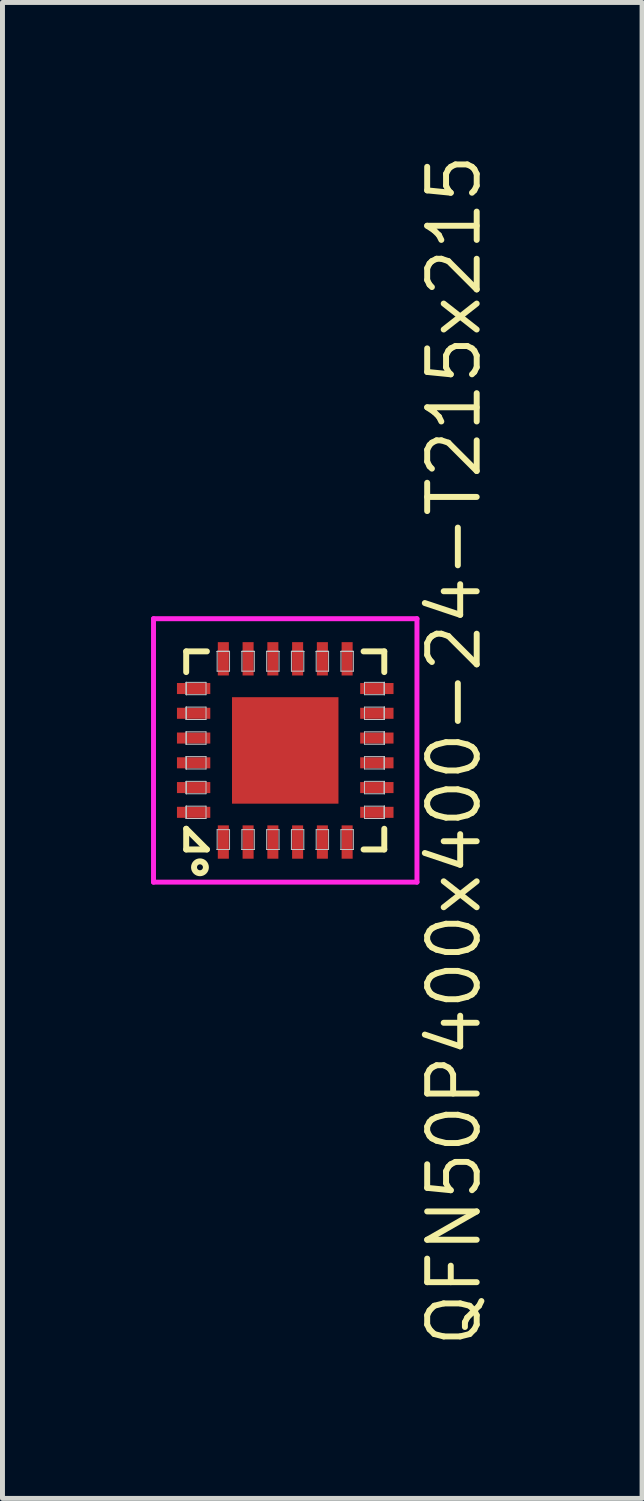
<source format=kicad_pcb>
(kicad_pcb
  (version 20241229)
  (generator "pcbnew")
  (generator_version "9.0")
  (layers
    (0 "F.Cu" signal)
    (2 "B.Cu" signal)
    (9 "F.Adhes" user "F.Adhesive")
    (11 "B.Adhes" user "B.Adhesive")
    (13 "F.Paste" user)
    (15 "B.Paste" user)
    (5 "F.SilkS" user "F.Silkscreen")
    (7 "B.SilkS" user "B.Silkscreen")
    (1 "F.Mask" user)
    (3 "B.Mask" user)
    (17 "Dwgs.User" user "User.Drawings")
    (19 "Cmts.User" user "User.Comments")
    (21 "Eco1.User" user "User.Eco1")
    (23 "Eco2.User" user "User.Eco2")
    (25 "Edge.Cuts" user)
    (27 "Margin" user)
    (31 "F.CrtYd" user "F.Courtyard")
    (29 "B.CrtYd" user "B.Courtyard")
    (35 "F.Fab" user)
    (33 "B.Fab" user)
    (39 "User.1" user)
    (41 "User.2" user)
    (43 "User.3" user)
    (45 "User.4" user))
  (footprint "QFN50P400x400-24-T215x215"
    (layer "F.Cu")
    (at 2.71 12.104)
    (property "Reference" "QFN50P400x400-24-T215x215" (at 3.41 0 90) (layer "F.SilkS") (effects (font (size 1 1) (thickness 0.12))))
    (attr through_hole)
    (fp_line (start -2 -2) (end -2 -1.582) (stroke (width 0.12) (type solid)) (layer "F.SilkS"))
    (fp_line (start -2 -2) (end -1.582 -2) (stroke (width 0.12) (type solid)) (layer "F.SilkS"))
    (fp_line (start -2 1.582) (end -1.582 2) (stroke (width 0.12) (type solid)) (layer "F.SilkS"))
    (fp_line (start -2 2) (end -2 1.582) (stroke (width 0.12) (type solid)) (layer "F.SilkS"))
    (fp_line (start -2 2) (end -1.582 2) (stroke (width 0.12) (type solid)) (layer "F.SilkS"))
    (fp_line (start 2 -2) (end 1.582 -2) (stroke (width 0.12) (type solid)) (layer "F.SilkS"))
    (fp_line (start 2 -2) (end 2 -1.582) (stroke (width 0.12) (type solid)) (layer "F.SilkS"))
    (fp_line (start 2 2) (end 1.582 2) (stroke (width 0.12) (type solid)) (layer "F.SilkS"))
    (fp_line (start 2 2) (end 2 1.582) (stroke (width 0.12) (type solid)) (layer "F.SilkS"))
    (fp_circle (center -1.722 2.36) (end -1.602 2.36) (stroke (width 0.12) (type solid)) (fill no) (layer "F.SilkS"))
    (fp_line (start -2 -1.375) (end -2 -1.375) (stroke (width 0.02) (type solid)) (layer "Dwgs.User"))
    (fp_line (start -2 -1.375) (end -2 -1.125) (stroke (width 0.02) (type solid)) (layer "Dwgs.User"))
    (fp_line (start -2 -1.375) (end -1.6 -1.375) (stroke (width 0.02) (type solid)) (layer "Dwgs.User"))
    (fp_line (start -2 -1.125) (end -2 -1.375) (stroke (width 0.02) (type solid)) (layer "Dwgs.User"))
    (fp_line (start -2 -1.125) (end -2 -1.375) (stroke (width 0.02) (type solid)) (layer "Dwgs.User"))
    (fp_line (start -2 -1.125) (end -2 -1.125) (stroke (width 0.02) (type solid)) (layer "Dwgs.User"))
    (fp_line (start -2 -0.875) (end -2 -0.875) (stroke (width 0.02) (type solid)) (layer "Dwgs.User"))
    (fp_line (start -2 -0.875) (end -2 -0.625) (stroke (width 0.02) (type solid)) (layer "Dwgs.User"))
    (fp_line (start -2 -0.875) (end -1.6 -0.875) (stroke (width 0.02) (type solid)) (layer "Dwgs.User"))
    (fp_line (start -2 -0.625) (end -2 -0.875) (stroke (width 0.02) (type solid)) (layer "Dwgs.User"))
    (fp_line (start -2 -0.625) (end -2 -0.875) (stroke (width 0.02) (type solid)) (layer "Dwgs.User"))
    (fp_line (start -2 -0.625) (end -2 -0.625) (stroke (width 0.02) (type solid)) (layer "Dwgs.User"))
    (fp_line (start -2 -0.375) (end -2 -0.375) (stroke (width 0.02) (type solid)) (layer "Dwgs.User"))
    (fp_line (start -2 -0.375) (end -2 -0.125) (stroke (width 0.02) (type solid)) (layer "Dwgs.User"))
    (fp_line (start -2 -0.375) (end -1.6 -0.375) (stroke (width 0.02) (type solid)) (layer "Dwgs.User"))
    (fp_line (start -2 -0.125) (end -2 -0.375) (stroke (width 0.02) (type solid)) (layer "Dwgs.User"))
    (fp_line (start -2 -0.125) (end -2 -0.375) (stroke (width 0.02) (type solid)) (layer "Dwgs.User"))
    (fp_line (start -2 -0.125) (end -2 -0.125) (stroke (width 0.02) (type solid)) (layer "Dwgs.User"))
    (fp_line (start -2 0.125) (end -2 0.125) (stroke (width 0.02) (type solid)) (layer "Dwgs.User"))
    (fp_line (start -2 0.125) (end -2 0.375) (stroke (width 0.02) (type solid)) (layer "Dwgs.User"))
    (fp_line (start -2 0.125) (end -1.6 0.125) (stroke (width 0.02) (type solid)) (layer "Dwgs.User"))
    (fp_line (start -2 0.375) (end -2 0.125) (stroke (width 0.02) (type solid)) (layer "Dwgs.User"))
    (fp_line (start -2 0.375) (end -2 0.125) (stroke (width 0.02) (type solid)) (layer "Dwgs.User"))
    (fp_line (start -2 0.375) (end -2 0.375) (stroke (width 0.02) (type solid)) (layer "Dwgs.User"))
    (fp_line (start -2 0.625) (end -2 0.625) (stroke (width 0.02) (type solid)) (layer "Dwgs.User"))
    (fp_line (start -2 0.625) (end -2 0.875) (stroke (width 0.02) (type solid)) (layer "Dwgs.User"))
    (fp_line (start -2 0.625) (end -1.6 0.625) (stroke (width 0.02) (type solid)) (layer "Dwgs.User"))
    (fp_line (start -2 0.875) (end -2 0.625) (stroke (width 0.02) (type solid)) (layer "Dwgs.User"))
    (fp_line (start -2 0.875) (end -2 0.625) (stroke (width 0.02) (type solid)) (layer "Dwgs.User"))
    (fp_line (start -2 0.875) (end -2 0.875) (stroke (width 0.02) (type solid)) (layer "Dwgs.User"))
    (fp_line (start -2 1.125) (end -2 1.125) (stroke (width 0.02) (type solid)) (layer "Dwgs.User"))
    (fp_line (start -2 1.125) (end -2 1.375) (stroke (width 0.02) (type solid)) (layer "Dwgs.User"))
    (fp_line (start -2 1.125) (end -1.6 1.125) (stroke (width 0.02) (type solid)) (layer "Dwgs.User"))
    (fp_line (start -2 1.375) (end -2 1.125) (stroke (width 0.02) (type solid)) (layer "Dwgs.User"))
    (fp_line (start -2 1.375) (end -2 1.125) (stroke (width 0.02) (type solid)) (layer "Dwgs.User"))
    (fp_line (start -2 1.375) (end -2 1.375) (stroke (width 0.02) (type solid)) (layer "Dwgs.User"))
    (fp_line (start -1.6 -1.375) (end -1.6 -1.125) (stroke (width 0.02) (type solid)) (layer "Dwgs.User"))
    (fp_line (start -1.6 -1.125) (end -2 -1.125) (stroke (width 0.02) (type solid)) (layer "Dwgs.User"))
    (fp_line (start -1.6 -0.875) (end -1.6 -0.625) (stroke (width 0.02) (type solid)) (layer "Dwgs.User"))
    (fp_line (start -1.6 -0.625) (end -2 -0.625) (stroke (width 0.02) (type solid)) (layer "Dwgs.User"))
    (fp_line (start -1.6 -0.375) (end -1.6 -0.125) (stroke (width 0.02) (type solid)) (layer "Dwgs.User"))
    (fp_line (start -1.6 -0.125) (end -2 -0.125) (stroke (width 0.02) (type solid)) (layer "Dwgs.User"))
    (fp_line (start -1.6 0.125) (end -1.6 0.375) (stroke (width 0.02) (type solid)) (layer "Dwgs.User"))
    (fp_line (start -1.6 0.375) (end -2 0.375) (stroke (width 0.02) (type solid)) (layer "Dwgs.User"))
    (fp_line (start -1.6 0.625) (end -1.6 0.875) (stroke (width 0.02) (type solid)) (layer "Dwgs.User"))
    (fp_line (start -1.6 0.875) (end -2 0.875) (stroke (width 0.02) (type solid)) (layer "Dwgs.User"))
    (fp_line (start -1.6 1.125) (end -1.6 1.375) (stroke (width 0.02) (type solid)) (layer "Dwgs.User"))
    (fp_line (start -1.6 1.375) (end -2 1.375) (stroke (width 0.02) (type solid)) (layer "Dwgs.User"))
    (fp_line (start -1.375 -2) (end -1.375 -2) (stroke (width 0.02) (type solid)) (layer "Dwgs.User"))
    (fp_line (start -1.375 -2) (end -1.125 -2) (stroke (width 0.02) (type solid)) (layer "Dwgs.User"))
    (fp_line (start -1.375 -2) (end -1.125 -2) (stroke (width 0.02) (type solid)) (layer "Dwgs.User"))
    (fp_line (start -1.375 -1.6) (end -1.375 -2) (stroke (width 0.02) (type solid)) (layer "Dwgs.User"))
    (fp_line (start -1.375 1.6) (end -1.375 2) (stroke (width 0.02) (type solid)) (layer "Dwgs.User"))
    (fp_line (start -1.375 2) (end -1.375 2) (stroke (width 0.02) (type solid)) (layer "Dwgs.User"))
    (fp_line (start -1.375 2) (end -1.125 2) (stroke (width 0.02) (type solid)) (layer "Dwgs.User"))
    (fp_line (start -1.375 2) (end -1.125 2) (stroke (width 0.02) (type solid)) (layer "Dwgs.User"))
    (fp_line (start -1.125 -2) (end -1.375 -2) (stroke (width 0.02) (type solid)) (layer "Dwgs.User"))
    (fp_line (start -1.125 -2) (end -1.125 -2) (stroke (width 0.02) (type solid)) (layer "Dwgs.User"))
    (fp_line (start -1.125 -2) (end -1.125 -1.6) (stroke (width 0.02) (type solid)) (layer "Dwgs.User"))
    (fp_line (start -1.125 -1.6) (end -1.375 -1.6) (stroke (width 0.02) (type solid)) (layer "Dwgs.User"))
    (fp_line (start -1.125 1.6) (end -1.375 1.6) (stroke (width 0.02) (type solid)) (layer "Dwgs.User"))
    (fp_line (start -1.125 2) (end -1.375 2) (stroke (width 0.02) (type solid)) (layer "Dwgs.User"))
    (fp_line (start -1.125 2) (end -1.125 1.6) (stroke (width 0.02) (type solid)) (layer "Dwgs.User"))
    (fp_line (start -1.125 2) (end -1.125 2) (stroke (width 0.02) (type solid)) (layer "Dwgs.User"))
    (fp_line (start -0.875 -2) (end -0.875 -2) (stroke (width 0.02) (type solid)) (layer "Dwgs.User"))
    (fp_line (start -0.875 -2) (end -0.625 -2) (stroke (width 0.02) (type solid)) (layer "Dwgs.User"))
    (fp_line (start -0.875 -2) (end -0.625 -2) (stroke (width 0.02) (type solid)) (layer "Dwgs.User"))
    (fp_line (start -0.875 -1.6) (end -0.875 -2) (stroke (width 0.02) (type solid)) (layer "Dwgs.User"))
    (fp_line (start -0.875 1.6) (end -0.875 2) (stroke (width 0.02) (type solid)) (layer "Dwgs.User"))
    (fp_line (start -0.875 2) (end -0.875 2) (stroke (width 0.02) (type solid)) (layer "Dwgs.User"))
    (fp_line (start -0.875 2) (end -0.625 2) (stroke (width 0.02) (type solid)) (layer "Dwgs.User"))
    (fp_line (start -0.875 2) (end -0.625 2) (stroke (width 0.02) (type solid)) (layer "Dwgs.User"))
    (fp_line (start -0.625 -2) (end -0.875 -2) (stroke (width 0.02) (type solid)) (layer "Dwgs.User"))
    (fp_line (start -0.625 -2) (end -0.625 -2) (stroke (width 0.02) (type solid)) (layer "Dwgs.User"))
    (fp_line (start -0.625 -2) (end -0.625 -1.6) (stroke (width 0.02) (type solid)) (layer "Dwgs.User"))
    (fp_line (start -0.625 -1.6) (end -0.875 -1.6) (stroke (width 0.02) (type solid)) (layer "Dwgs.User"))
    (fp_line (start -0.625 1.6) (end -0.875 1.6) (stroke (width 0.02) (type solid)) (layer "Dwgs.User"))
    (fp_line (start -0.625 2) (end -0.875 2) (stroke (width 0.02) (type solid)) (layer "Dwgs.User"))
    (fp_line (start -0.625 2) (end -0.625 1.6) (stroke (width 0.02) (type solid)) (layer "Dwgs.User"))
    (fp_line (start -0.625 2) (end -0.625 2) (stroke (width 0.02) (type solid)) (layer "Dwgs.User"))
    (fp_line (start -0.375 -2) (end -0.375 -2) (stroke (width 0.02) (type solid)) (layer "Dwgs.User"))
    (fp_line (start -0.375 -2) (end -0.125 -2) (stroke (width 0.02) (type solid)) (layer "Dwgs.User"))
    (fp_line (start -0.375 -2) (end -0.125 -2) (stroke (width 0.02) (type solid)) (layer "Dwgs.User"))
    (fp_line (start -0.375 -1.6) (end -0.375 -2) (stroke (width 0.02) (type solid)) (layer "Dwgs.User"))
    (fp_line (start -0.375 1.6) (end -0.375 2) (stroke (width 0.02) (type solid)) (layer "Dwgs.User"))
    (fp_line (start -0.375 2) (end -0.375 2) (stroke (width 0.02) (type solid)) (layer "Dwgs.User"))
    (fp_line (start -0.375 2) (end -0.125 2) (stroke (width 0.02) (type solid)) (layer "Dwgs.User"))
    (fp_line (start -0.375 2) (end -0.125 2) (stroke (width 0.02) (type solid)) (layer "Dwgs.User"))
    (fp_line (start -0.125 -2) (end -0.375 -2) (stroke (width 0.02) (type solid)) (layer "Dwgs.User"))
    (fp_line (start -0.125 -2) (end -0.125 -2) (stroke (width 0.02) (type solid)) (layer "Dwgs.User"))
    (fp_line (start -0.125 -2) (end -0.125 -1.6) (stroke (width 0.02) (type solid)) (layer "Dwgs.User"))
    (fp_line (start -0.125 -1.6) (end -0.375 -1.6) (stroke (width 0.02) (type solid)) (layer "Dwgs.User"))
    (fp_line (start -0.125 1.6) (end -0.375 1.6) (stroke (width 0.02) (type solid)) (layer "Dwgs.User"))
    (fp_line (start -0.125 2) (end -0.375 2) (stroke (width 0.02) (type solid)) (layer "Dwgs.User"))
    (fp_line (start -0.125 2) (end -0.125 1.6) (stroke (width 0.02) (type solid)) (layer "Dwgs.User"))
    (fp_line (start -0.125 2) (end -0.125 2) (stroke (width 0.02) (type solid)) (layer "Dwgs.User"))
    (fp_line (start 0.125 -2) (end 0.125 -2) (stroke (width 0.02) (type solid)) (layer "Dwgs.User"))
    (fp_line (start 0.125 -2) (end 0.375 -2) (stroke (width 0.02) (type solid)) (layer "Dwgs.User"))
    (fp_line (start 0.125 -2) (end 0.375 -2) (stroke (width 0.02) (type solid)) (layer "Dwgs.User"))
    (fp_line (start 0.125 -1.6) (end 0.125 -2) (stroke (width 0.02) (type solid)) (layer "Dwgs.User"))
    (fp_line (start 0.125 1.6) (end 0.125 2) (stroke (width 0.02) (type solid)) (layer "Dwgs.User"))
    (fp_line (start 0.125 2) (end 0.125 2) (stroke (width 0.02) (type solid)) (layer "Dwgs.User"))
    (fp_line (start 0.125 2) (end 0.375 2) (stroke (width 0.02) (type solid)) (layer "Dwgs.User"))
    (fp_line (start 0.125 2) (end 0.375 2) (stroke (width 0.02) (type solid)) (layer "Dwgs.User"))
    (fp_line (start 0.375 -2) (end 0.125 -2) (stroke (width 0.02) (type solid)) (layer "Dwgs.User"))
    (fp_line (start 0.375 -2) (end 0.375 -2) (stroke (width 0.02) (type solid)) (layer "Dwgs.User"))
    (fp_line (start 0.375 -2) (end 0.375 -1.6) (stroke (width 0.02) (type solid)) (layer "Dwgs.User"))
    (fp_line (start 0.375 -1.6) (end 0.125 -1.6) (stroke (width 0.02) (type solid)) (layer "Dwgs.User"))
    (fp_line (start 0.375 1.6) (end 0.125 1.6) (stroke (width 0.02) (type solid)) (layer "Dwgs.User"))
    (fp_line (start 0.375 2) (end 0.125 2) (stroke (width 0.02) (type solid)) (layer "Dwgs.User"))
    (fp_line (start 0.375 2) (end 0.375 1.6) (stroke (width 0.02) (type solid)) (layer "Dwgs.User"))
    (fp_line (start 0.375 2) (end 0.375 2) (stroke (width 0.02) (type solid)) (layer "Dwgs.User"))
    (fp_line (start 0.625 -2) (end 0.625 -2) (stroke (width 0.02) (type solid)) (layer "Dwgs.User"))
    (fp_line (start 0.625 -2) (end 0.875 -2) (stroke (width 0.02) (type solid)) (layer "Dwgs.User"))
    (fp_line (start 0.625 -2) (end 0.875 -2) (stroke (width 0.02) (type solid)) (layer "Dwgs.User"))
    (fp_line (start 0.625 -1.6) (end 0.625 -2) (stroke (width 0.02) (type solid)) (layer "Dwgs.User"))
    (fp_line (start 0.625 1.6) (end 0.625 2) (stroke (width 0.02) (type solid)) (layer "Dwgs.User"))
    (fp_line (start 0.625 2) (end 0.625 2) (stroke (width 0.02) (type solid)) (layer "Dwgs.User"))
    (fp_line (start 0.625 2) (end 0.875 2) (stroke (width 0.02) (type solid)) (layer "Dwgs.User"))
    (fp_line (start 0.625 2) (end 0.875 2) (stroke (width 0.02) (type solid)) (layer "Dwgs.User"))
    (fp_line (start 0.875 -2) (end 0.625 -2) (stroke (width 0.02) (type solid)) (layer "Dwgs.User"))
    (fp_line (start 0.875 -2) (end 0.875 -2) (stroke (width 0.02) (type solid)) (layer "Dwgs.User"))
    (fp_line (start 0.875 -2) (end 0.875 -1.6) (stroke (width 0.02) (type solid)) (layer "Dwgs.User"))
    (fp_line (start 0.875 -1.6) (end 0.625 -1.6) (stroke (width 0.02) (type solid)) (layer "Dwgs.User"))
    (fp_line (start 0.875 1.6) (end 0.625 1.6) (stroke (width 0.02) (type solid)) (layer "Dwgs.User"))
    (fp_line (start 0.875 2) (end 0.625 2) (stroke (width 0.02) (type solid)) (layer "Dwgs.User"))
    (fp_line (start 0.875 2) (end 0.875 1.6) (stroke (width 0.02) (type solid)) (layer "Dwgs.User"))
    (fp_line (start 0.875 2) (end 0.875 2) (stroke (width 0.02) (type solid)) (layer "Dwgs.User"))
    (fp_line (start 1.125 -2) (end 1.125 -2) (stroke (width 0.02) (type solid)) (layer "Dwgs.User"))
    (fp_line (start 1.125 -2) (end 1.375 -2) (stroke (width 0.02) (type solid)) (layer "Dwgs.User"))
    (fp_line (start 1.125 -2) (end 1.375 -2) (stroke (width 0.02) (type solid)) (layer "Dwgs.User"))
    (fp_line (start 1.125 -1.6) (end 1.125 -2) (stroke (width 0.02) (type solid)) (layer "Dwgs.User"))
    (fp_line (start 1.125 1.6) (end 1.125 2) (stroke (width 0.02) (type solid)) (layer "Dwgs.User"))
    (fp_line (start 1.125 2) (end 1.125 2) (stroke (width 0.02) (type solid)) (layer "Dwgs.User"))
    (fp_line (start 1.125 2) (end 1.375 2) (stroke (width 0.02) (type solid)) (layer "Dwgs.User"))
    (fp_line (start 1.125 2) (end 1.375 2) (stroke (width 0.02) (type solid)) (layer "Dwgs.User"))
    (fp_line (start 1.375 -2) (end 1.125 -2) (stroke (width 0.02) (type solid)) (layer "Dwgs.User"))
    (fp_line (start 1.375 -2) (end 1.375 -2) (stroke (width 0.02) (type solid)) (layer "Dwgs.User"))
    (fp_line (start 1.375 -2) (end 1.375 -1.6) (stroke (width 0.02) (type solid)) (layer "Dwgs.User"))
    (fp_line (start 1.375 -1.6) (end 1.125 -1.6) (stroke (width 0.02) (type solid)) (layer "Dwgs.User"))
    (fp_line (start 1.375 1.6) (end 1.125 1.6) (stroke (width 0.02) (type solid)) (layer "Dwgs.User"))
    (fp_line (start 1.375 2) (end 1.125 2) (stroke (width 0.02) (type solid)) (layer "Dwgs.User"))
    (fp_line (start 1.375 2) (end 1.375 1.6) (stroke (width 0.02) (type solid)) (layer "Dwgs.User"))
    (fp_line (start 1.375 2) (end 1.375 2) (stroke (width 0.02) (type solid)) (layer "Dwgs.User"))
    (fp_line (start 1.6 -1.375) (end 1.6 -1.125) (stroke (width 0.02) (type solid)) (layer "Dwgs.User"))
    (fp_line (start 1.6 -1.125) (end 2 -1.125) (stroke (width 0.02) (type solid)) (layer "Dwgs.User"))
    (fp_line (start 1.6 -0.875) (end 1.6 -0.625) (stroke (width 0.02) (type solid)) (layer "Dwgs.User"))
    (fp_line (start 1.6 -0.625) (end 2 -0.625) (stroke (width 0.02) (type solid)) (layer "Dwgs.User"))
    (fp_line (start 1.6 -0.375) (end 1.6 -0.125) (stroke (width 0.02) (type solid)) (layer "Dwgs.User"))
    (fp_line (start 1.6 -0.125) (end 2 -0.125) (stroke (width 0.02) (type solid)) (layer "Dwgs.User"))
    (fp_line (start 1.6 0.125) (end 1.6 0.375) (stroke (width 0.02) (type solid)) (layer "Dwgs.User"))
    (fp_line (start 1.6 0.375) (end 2 0.375) (stroke (width 0.02) (type solid)) (layer "Dwgs.User"))
    (fp_line (start 1.6 0.625) (end 1.6 0.875) (stroke (width 0.02) (type solid)) (layer "Dwgs.User"))
    (fp_line (start 1.6 0.875) (end 2 0.875) (stroke (width 0.02) (type solid)) (layer "Dwgs.User"))
    (fp_line (start 1.6 1.125) (end 1.6 1.375) (stroke (width 0.02) (type solid)) (layer "Dwgs.User"))
    (fp_line (start 1.6 1.375) (end 2 1.375) (stroke (width 0.02) (type solid)) (layer "Dwgs.User"))
    (fp_line (start 2 -1.375) (end 1.6 -1.375) (stroke (width 0.02) (type solid)) (layer "Dwgs.User"))
    (fp_line (start 2 -1.375) (end 2 -1.375) (stroke (width 0.02) (type solid)) (layer "Dwgs.User"))
    (fp_line (start 2 -1.375) (end 2 -1.125) (stroke (width 0.02) (type solid)) (layer "Dwgs.User"))
    (fp_line (start 2 -1.125) (end 2 -1.375) (stroke (width 0.02) (type solid)) (layer "Dwgs.User"))
    (fp_line (start 2 -1.125) (end 2 -1.375) (stroke (width 0.02) (type solid)) (layer "Dwgs.User"))
    (fp_line (start 2 -1.125) (end 2 -1.125) (stroke (width 0.02) (type solid)) (layer "Dwgs.User"))
    (fp_line (start 2 -0.875) (end 1.6 -0.875) (stroke (width 0.02) (type solid)) (layer "Dwgs.User"))
    (fp_line (start 2 -0.875) (end 2 -0.875) (stroke (width 0.02) (type solid)) (layer "Dwgs.User"))
    (fp_line (start 2 -0.875) (end 2 -0.625) (stroke (width 0.02) (type solid)) (layer "Dwgs.User"))
    (fp_line (start 2 -0.625) (end 2 -0.875) (stroke (width 0.02) (type solid)) (layer "Dwgs.User"))
    (fp_line (start 2 -0.625) (end 2 -0.875) (stroke (width 0.02) (type solid)) (layer "Dwgs.User"))
    (fp_line (start 2 -0.625) (end 2 -0.625) (stroke (width 0.02) (type solid)) (layer "Dwgs.User"))
    (fp_line (start 2 -0.375) (end 1.6 -0.375) (stroke (width 0.02) (type solid)) (layer "Dwgs.User"))
    (fp_line (start 2 -0.375) (end 2 -0.375) (stroke (width 0.02) (type solid)) (layer "Dwgs.User"))
    (fp_line (start 2 -0.375) (end 2 -0.125) (stroke (width 0.02) (type solid)) (layer "Dwgs.User"))
    (fp_line (start 2 -0.125) (end 2 -0.375) (stroke (width 0.02) (type solid)) (layer "Dwgs.User"))
    (fp_line (start 2 -0.125) (end 2 -0.375) (stroke (width 0.02) (type solid)) (layer "Dwgs.User"))
    (fp_line (start 2 -0.125) (end 2 -0.125) (stroke (width 0.02) (type solid)) (layer "Dwgs.User"))
    (fp_line (start 2 0.125) (end 1.6 0.125) (stroke (width 0.02) (type solid)) (layer "Dwgs.User"))
    (fp_line (start 2 0.125) (end 2 0.125) (stroke (width 0.02) (type solid)) (layer "Dwgs.User"))
    (fp_line (start 2 0.125) (end 2 0.375) (stroke (width 0.02) (type solid)) (layer "Dwgs.User"))
    (fp_line (start 2 0.375) (end 2 0.125) (stroke (width 0.02) (type solid)) (layer "Dwgs.User"))
    (fp_line (start 2 0.375) (end 2 0.125) (stroke (width 0.02) (type solid)) (layer "Dwgs.User"))
    (fp_line (start 2 0.375) (end 2 0.375) (stroke (width 0.02) (type solid)) (layer "Dwgs.User"))
    (fp_line (start 2 0.625) (end 1.6 0.625) (stroke (width 0.02) (type solid)) (layer "Dwgs.User"))
    (fp_line (start 2 0.625) (end 2 0.625) (stroke (width 0.02) (type solid)) (layer "Dwgs.User"))
    (fp_line (start 2 0.625) (end 2 0.875) (stroke (width 0.02) (type solid)) (layer "Dwgs.User"))
    (fp_line (start 2 0.875) (end 2 0.625) (stroke (width 0.02) (type solid)) (layer "Dwgs.User"))
    (fp_line (start 2 0.875) (end 2 0.625) (stroke (width 0.02) (type solid)) (layer "Dwgs.User"))
    (fp_line (start 2 0.875) (end 2 0.875) (stroke (width 0.02) (type solid)) (layer "Dwgs.User"))
    (fp_line (start 2 1.125) (end 1.6 1.125) (stroke (width 0.02) (type solid)) (layer "Dwgs.User"))
    (fp_line (start 2 1.125) (end 2 1.125) (stroke (width 0.02) (type solid)) (layer "Dwgs.User"))
    (fp_line (start 2 1.125) (end 2 1.375) (stroke (width 0.02) (type solid)) (layer "Dwgs.User"))
    (fp_line (start 2 1.375) (end 2 1.125) (stroke (width 0.02) (type solid)) (layer "Dwgs.User"))
    (fp_line (start 2 1.375) (end 2 1.125) (stroke (width 0.02) (type solid)) (layer "Dwgs.User"))
    (fp_line (start 2 1.375) (end 2 1.375) (stroke (width 0.02) (type solid)) (layer "Dwgs.User"))
    (fp_line (start -0.75 0) (end 0.75 0) (stroke (width 0.12) (type solid)) (layer "Eco1.User"))
    (fp_line (start 0 -0.75) (end 0 0.75) (stroke (width 0.12) (type solid)) (layer "Eco1.User"))
    (fp_circle (center 0 0) (end 0.5 0) (stroke (width 0.12) (type solid)) (fill no) (layer "Eco1.User"))
    (fp_line (start -2.66 -2.66) (end -2.66 2.66) (stroke (width 0.1) (type solid)) (layer "F.CrtYd"))
    (fp_line (start -2.66 2.66) (end 2.66 2.66) (stroke (width 0.1) (type solid)) (layer "F.CrtYd"))
    (fp_line (start 2.66 -2.66) (end -2.66 -2.66) (stroke (width 0.1) (type solid)) (layer "F.CrtYd"))
    (fp_line (start 2.66 2.66) (end 2.66 -2.66) (stroke (width 0.1) (type solid)) (layer "F.CrtYd"))
    (pad "1" smd rect (at -1.25 1.85) (size 0.223 0.673) (layers "F.Cu" "F.Mask" "F.Paste"))
    (pad "2" smd rect (at -0.75 1.85) (size 0.223 0.673) (layers "F.Cu" "F.Mask" "F.Paste"))
    (pad "3" smd rect (at -0.25 1.85) (size 0.223 0.673) (layers "F.Cu" "F.Mask" "F.Paste"))
    (pad "4" smd rect (at 0.25 1.85) (size 0.223 0.673) (layers "F.Cu" "F.Mask" "F.Paste"))
    (pad "5" smd rect (at 0.75 1.85) (size 0.223 0.673) (layers "F.Cu" "F.Mask" "F.Paste"))
    (pad "6" smd rect (at 1.25 1.85) (size 0.223 0.673) (layers "F.Cu" "F.Mask" "F.Paste"))
    (pad "7" smd rect (at 1.85 1.25) (size 0.673 0.223) (layers "F.Cu" "F.Mask" "F.Paste"))
    (pad "8" smd rect (at 1.85 0.75) (size 0.673 0.223) (layers "F.Cu" "F.Mask" "F.Paste"))
    (pad "9" smd rect (at 1.85 0.25) (size 0.673 0.223) (layers "F.Cu" "F.Mask" "F.Paste"))
    (pad "10" smd rect (at 1.85 -0.25) (size 0.673 0.223) (layers "F.Cu" "F.Mask" "F.Paste"))
    (pad "11" smd rect (at 1.85 -0.75) (size 0.673 0.223) (layers "F.Cu" "F.Mask" "F.Paste"))
    (pad "12" smd rect (at 1.85 -1.25) (size 0.673 0.223) (layers "F.Cu" "F.Mask" "F.Paste"))
    (pad "13" smd rect (at 1.25 -1.85) (size 0.223 0.673) (layers "F.Cu" "F.Mask" "F.Paste"))
    (pad "14" smd rect (at 0.75 -1.85) (size 0.223 0.673) (layers "F.Cu" "F.Mask" "F.Paste"))
    (pad "15" smd rect (at 0.25 -1.85) (size 0.223 0.673) (layers "F.Cu" "F.Mask" "F.Paste"))
    (pad "16" smd rect (at -0.25 -1.85) (size 0.223 0.673) (layers "F.Cu" "F.Mask" "F.Paste"))
    (pad "17" smd rect (at -0.75 -1.85) (size 0.223 0.673) (layers "F.Cu" "F.Mask" "F.Paste"))
    (pad "18" smd rect (at -1.25 -1.85) (size 0.223 0.673) (layers "F.Cu" "F.Mask" "F.Paste"))
    (pad "19" smd rect (at -1.85 -1.25) (size 0.673 0.223) (layers "F.Cu" "F.Mask" "F.Paste"))
    (pad "20" smd rect (at -1.85 -0.75) (size 0.673 0.223) (layers "F.Cu" "F.Mask" "F.Paste"))
    (pad "21" smd rect (at -1.85 -0.25) (size 0.673 0.223) (layers "F.Cu" "F.Mask" "F.Paste"))
    (pad "22" smd rect (at -1.85 0.25) (size 0.673 0.223) (layers "F.Cu" "F.Mask" "F.Paste"))
    (pad "23" smd rect (at -1.85 0.75) (size 0.673 0.223) (layers "F.Cu" "F.Mask" "F.Paste"))
    (pad "24" smd rect (at -1.85 1.25) (size 0.673 0.223) (layers "F.Cu" "F.Mask" "F.Paste"))
    (pad "EP" smd rect (at 0 0) (size 2.15 2.15) (layers "F.Cu" "F.Mask" "F.Paste")))
  (gr_rect
    (start -3 -3)
    (end 9.916 27.208)
    (stroke (width 0.1) (type default))
    (fill no)
    (layer "Edge.Cuts")))
</source>
